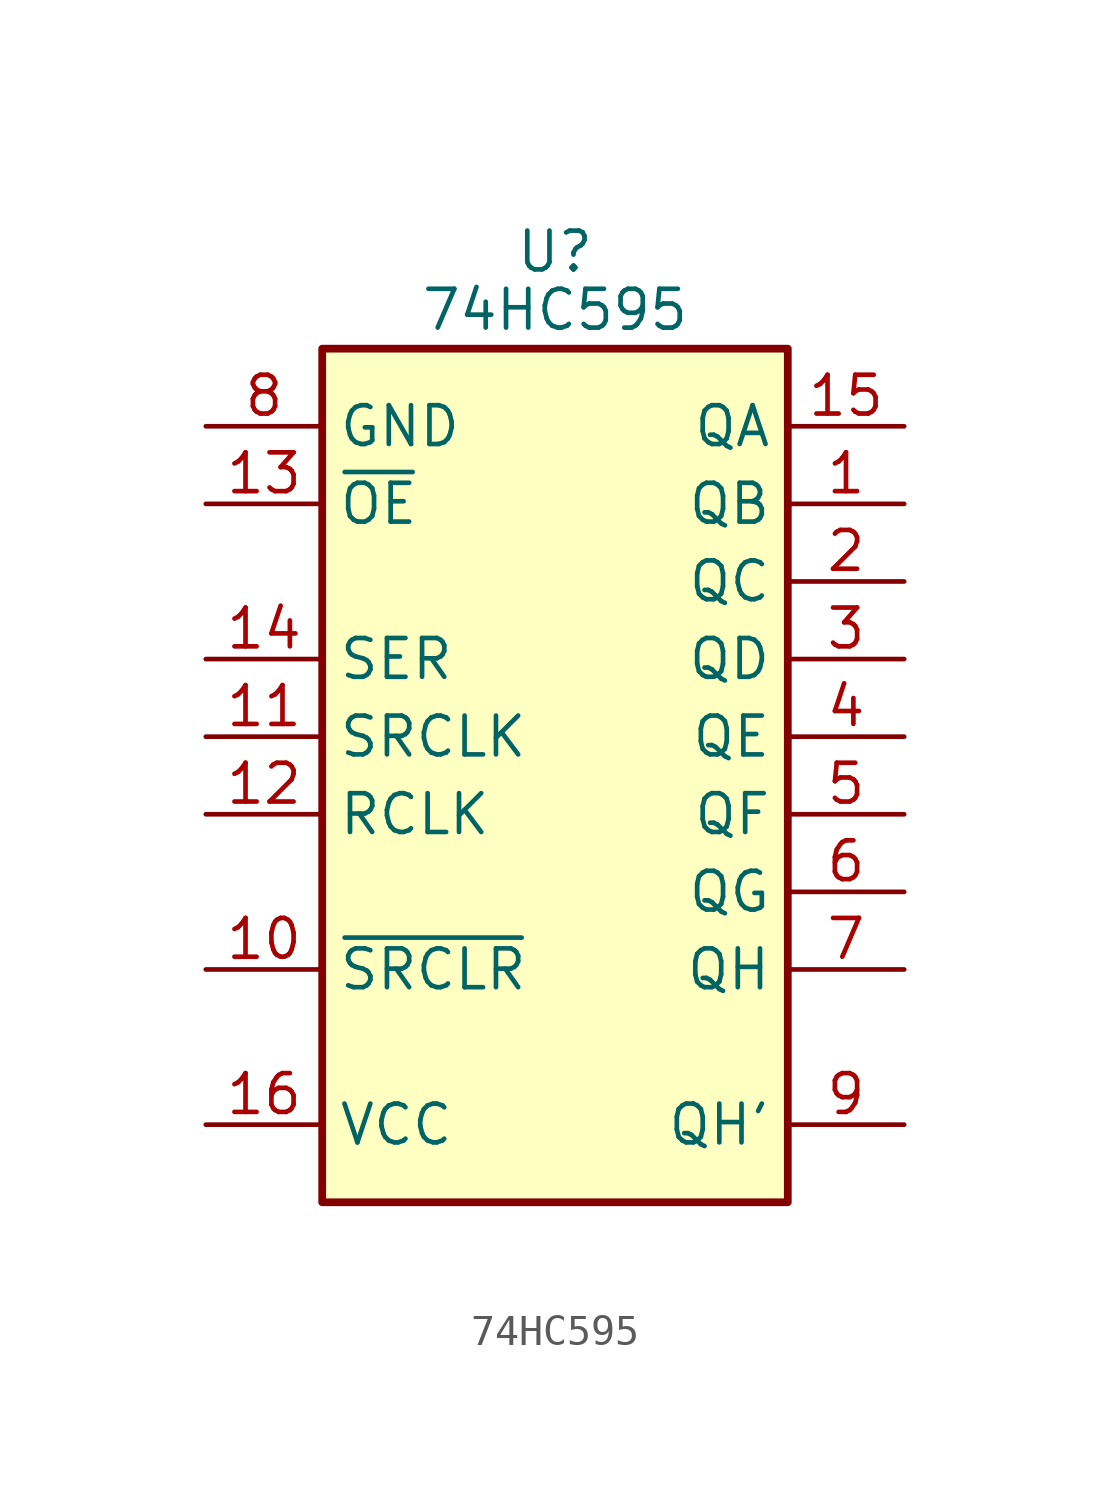
<source format=kicad_sym>
(kicad_symbol_lib
  (version 20210619)
  (generator kicad_symbol_editor)
  (symbol "a2600-joystick-vizboard:74HC595"
    (property "Reference" "U"
      (at 0 15.875 0)
      (effects (font (size 1.27 1.27))))
    (property "Value" "74HC595"
      (at 0 13.97 0)
      (effects (font (size 1.27 1.27))))
    (symbol "74HC595_1_0"
      (pin tri_state line (at 11.43 7.62 180) (length 3.81) (name "QB" (effects (font (size 1.27 1.27)))) (number "1" (effects (font (size 1.27 1.27)))))
      (pin input line (at -11.43 -7.62 0) (length 3.81) (name "~{SRCLR}" (effects (font (size 1.27 1.27)))) (number "10" (effects (font (size 1.27 1.27)))))
      (pin input line (at -11.43 0 0) (length 3.81) (name "SRCLK" (effects (font (size 1.27 1.27)))) (number "11" (effects (font (size 1.27 1.27)))))
      (pin input line (at -11.43 -2.54 0) (length 3.81) (name "RCLK" (effects (font (size 1.27 1.27)))) (number "12" (effects (font (size 1.27 1.27)))))
      (pin input line (at -11.43 7.62 0) (length 3.81) (name "~{OE}" (effects (font (size 1.27 1.27)))) (number "13" (effects (font (size 1.27 1.27)))))
      (pin input line (at -11.43 2.54 0) (length 3.81) (name "SER" (effects (font (size 1.27 1.27)))) (number "14" (effects (font (size 1.27 1.27)))))
      (pin tri_state line (at 11.43 10.16 180) (length 3.81) (name "QA" (effects (font (size 1.27 1.27)))) (number "15" (effects (font (size 1.27 1.27)))))
      (pin power_in line (at -11.43 -12.7 0) (length 3.81) (name "VCC" (effects (font (size 1.27 1.27)))) (number "16" (effects (font (size 1.27 1.27)))))
      (pin tri_state line (at 11.43 5.08 180) (length 3.81) (name "QC" (effects (font (size 1.27 1.27)))) (number "2" (effects (font (size 1.27 1.27)))))
      (pin tri_state line (at 11.43 2.54 180) (length 3.81) (name "QD" (effects (font (size 1.27 1.27)))) (number "3" (effects (font (size 1.27 1.27)))))
      (pin tri_state line (at 11.43 0 180) (length 3.81) (name "QE" (effects (font (size 1.27 1.27)))) (number "4" (effects (font (size 1.27 1.27)))))
      (pin tri_state line (at 11.43 -2.54 180) (length 3.81) (name "QF" (effects (font (size 1.27 1.27)))) (number "5" (effects (font (size 1.27 1.27)))))
      (pin tri_state line (at 11.43 -5.08 180) (length 3.81) (name "QG" (effects (font (size 1.27 1.27)))) (number "6" (effects (font (size 1.27 1.27)))))
      (pin tri_state line (at 11.43 -7.62 180) (length 3.81) (name "QH" (effects (font (size 1.27 1.27)))) (number "7" (effects (font (size 1.27 1.27)))))
      (pin power_in line (at -11.43 10.16 0) (length 3.81) (name "GND" (effects (font (size 1.27 1.27)))) (number "8" (effects (font (size 1.27 1.27)))))
      (pin output line (at 11.43 -12.7 180) (length 3.81) (name "QH'" (effects (font (size 1.27 1.27)))) (number "9" (effects (font (size 1.27 1.27))))))
    (symbol "74HC595_1_1"
      (rectangle (start -7.62 12.7) (end 7.62 -15.24) (stroke (width 0.254)) (fill (type background))))))
</source>
